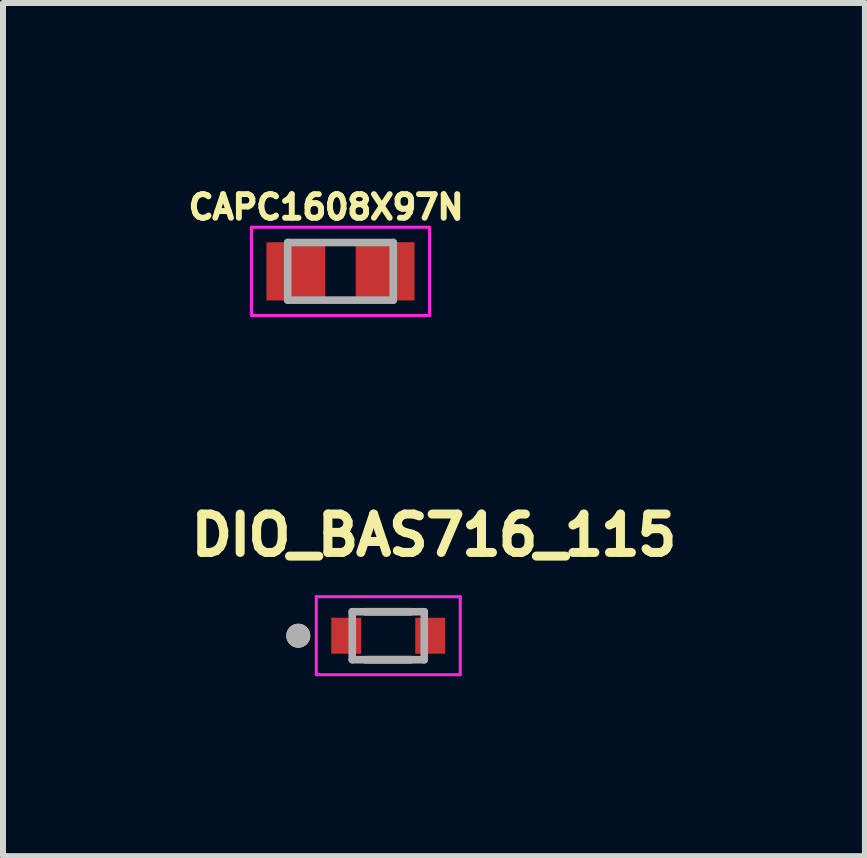
<source format=kicad_pcb>
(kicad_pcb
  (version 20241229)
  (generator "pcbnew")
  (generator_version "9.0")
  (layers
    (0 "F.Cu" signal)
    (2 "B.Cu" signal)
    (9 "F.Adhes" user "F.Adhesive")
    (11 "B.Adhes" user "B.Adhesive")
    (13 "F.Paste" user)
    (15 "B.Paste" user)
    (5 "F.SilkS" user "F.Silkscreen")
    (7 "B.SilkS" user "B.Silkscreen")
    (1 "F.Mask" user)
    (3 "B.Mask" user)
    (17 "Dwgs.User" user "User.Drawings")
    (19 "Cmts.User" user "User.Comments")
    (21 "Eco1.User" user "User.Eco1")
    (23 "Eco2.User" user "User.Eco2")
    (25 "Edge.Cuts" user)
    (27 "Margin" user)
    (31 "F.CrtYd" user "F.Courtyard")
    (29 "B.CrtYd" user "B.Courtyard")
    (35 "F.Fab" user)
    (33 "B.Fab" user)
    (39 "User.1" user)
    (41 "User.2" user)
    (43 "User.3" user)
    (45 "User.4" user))
  (footprint "CAPC1608X97N"
    (layer "F.Cu")
    (at 2.626 1.473)
    (property "Reference" "CAPC1608X97N" (at -0.24 -1.07 0) (layer "F.SilkS") (effects (font (size 0.394 0.394) (thickness 0.15))))
    (attr smd)
    (fp_line (start -1.485 -0.735) (end 1.485 -0.735) (stroke (width 0.05) (type solid)) (layer "F.CrtYd"))
    (fp_line (start -1.485 0.735) (end -1.485 -0.735) (stroke (width 0.05) (type solid)) (layer "F.CrtYd"))
    (fp_line (start -1.485 0.735) (end 1.485 0.735) (stroke (width 0.05) (type solid)) (layer "F.CrtYd"))
    (fp_line (start 1.485 0.735) (end 1.485 -0.735) (stroke (width 0.05) (type solid)) (layer "F.CrtYd"))
    (fp_line (start -0.88 0.48) (end -0.88 -0.48) (stroke (width 0.127) (type solid)) (layer "F.Fab"))
    (fp_line (start 0.88 -0.48) (end -0.88 -0.48) (stroke (width 0.127) (type solid)) (layer "F.Fab"))
    (fp_line (start 0.88 0.48) (end -0.88 0.48) (stroke (width 0.127) (type solid)) (layer "F.Fab"))
    (fp_line (start 0.88 0.48) (end 0.88 -0.48) (stroke (width 0.127) (type solid)) (layer "F.Fab"))
    (pad "1" smd rect (at -0.744 0) (size 0.98 0.97) (layers "F.Cu" "F.Mask" "F.Paste"))
    (pad "2" smd rect (at 0.744 0) (size 0.98 0.97) (layers "F.Cu" "F.Mask" "F.Paste")))
  (footprint "DIO_BAS716_115"
    (layer "F.Cu")
    (at 3.422 7.547)
    (property "Reference" "DIO_BAS716_115" (at 0.762 -1.676 0) (layer "F.SilkS") (effects (font (size 0.64 0.64) (thickness 0.15))))
    (attr smd)
    (fp_poly (pts (xy -0.95 -0.3) (xy -0.45 -0.3) (xy -0.45 0.3) (xy -0.95 0.3)) (stroke (width 0.01) (type solid)) (fill yes) (layer "F.Mask"))
    (fp_poly (pts (xy 0.45 -0.3) (xy 0.95 -0.3) (xy 0.95 0.3) (xy 0.45 0.3)) (stroke (width 0.01) (type solid)) (fill yes) (layer "F.Mask"))
    (fp_line (start -0.38 -0.4) (end 0.38 -0.4) (stroke (width 0.127) (type solid)) (layer "F.SilkS"))
    (fp_line (start 0.38 0.4) (end -0.38 0.4) (stroke (width 0.127) (type solid)) (layer "F.SilkS"))
    (fp_circle (center -1.5 0) (end -1.4 0) (stroke (width 0.2) (type solid)) (fill no) (layer "F.SilkS"))
    (fp_poly (pts (xy -0.9 -0.25) (xy -0.5 -0.25) (xy -0.5 0.25) (xy -0.9 0.25)) (stroke (width 0.01) (type solid)) (fill yes) (layer "F.Paste"))
    (fp_poly (pts (xy 0.5 -0.25) (xy 0.9 -0.25) (xy 0.9 0.25) (xy 0.5 0.25)) (stroke (width 0.01) (type solid)) (fill yes) (layer "F.Paste"))
    (fp_line (start -1.2 -0.65) (end 1.2 -0.65) (stroke (width 0.05) (type solid)) (layer "F.CrtYd"))
    (fp_line (start -1.2 0.65) (end -1.2 -0.65) (stroke (width 0.05) (type solid)) (layer "F.CrtYd"))
    (fp_line (start 1.2 -0.65) (end 1.2 0.65) (stroke (width 0.05) (type solid)) (layer "F.CrtYd"))
    (fp_line (start 1.2 0.65) (end -1.2 0.65) (stroke (width 0.05) (type solid)) (layer "F.CrtYd"))
    (fp_line (start -0.6 -0.4) (end 0.6 -0.4) (stroke (width 0.127) (type solid)) (layer "F.Fab"))
    (fp_line (start -0.6 0.4) (end -0.6 -0.4) (stroke (width 0.127) (type solid)) (layer "F.Fab"))
    (fp_line (start 0.6 -0.4) (end 0.6 0.4) (stroke (width 0.127) (type solid)) (layer "F.Fab"))
    (fp_line (start 0.6 0.4) (end -0.6 0.4) (stroke (width 0.127) (type solid)) (layer "F.Fab"))
    (fp_circle (center -1.5 0) (end -1.4 0) (stroke (width 0.2) (type solid)) (fill no) (layer "F.Fab"))
    (pad "A" smd rect (at 0.7 0) (size 0.5 0.6) (layers "F.Cu"))
    (pad "K" smd rect (at -0.7 0) (size 0.5 0.6) (layers "F.Cu")))
  (gr_rect
    (start -3 -3)
    (end 11.368 11.222)
    (stroke (width 0.1) (type default))
    (fill no)
    (layer "Edge.Cuts")))
</source>
